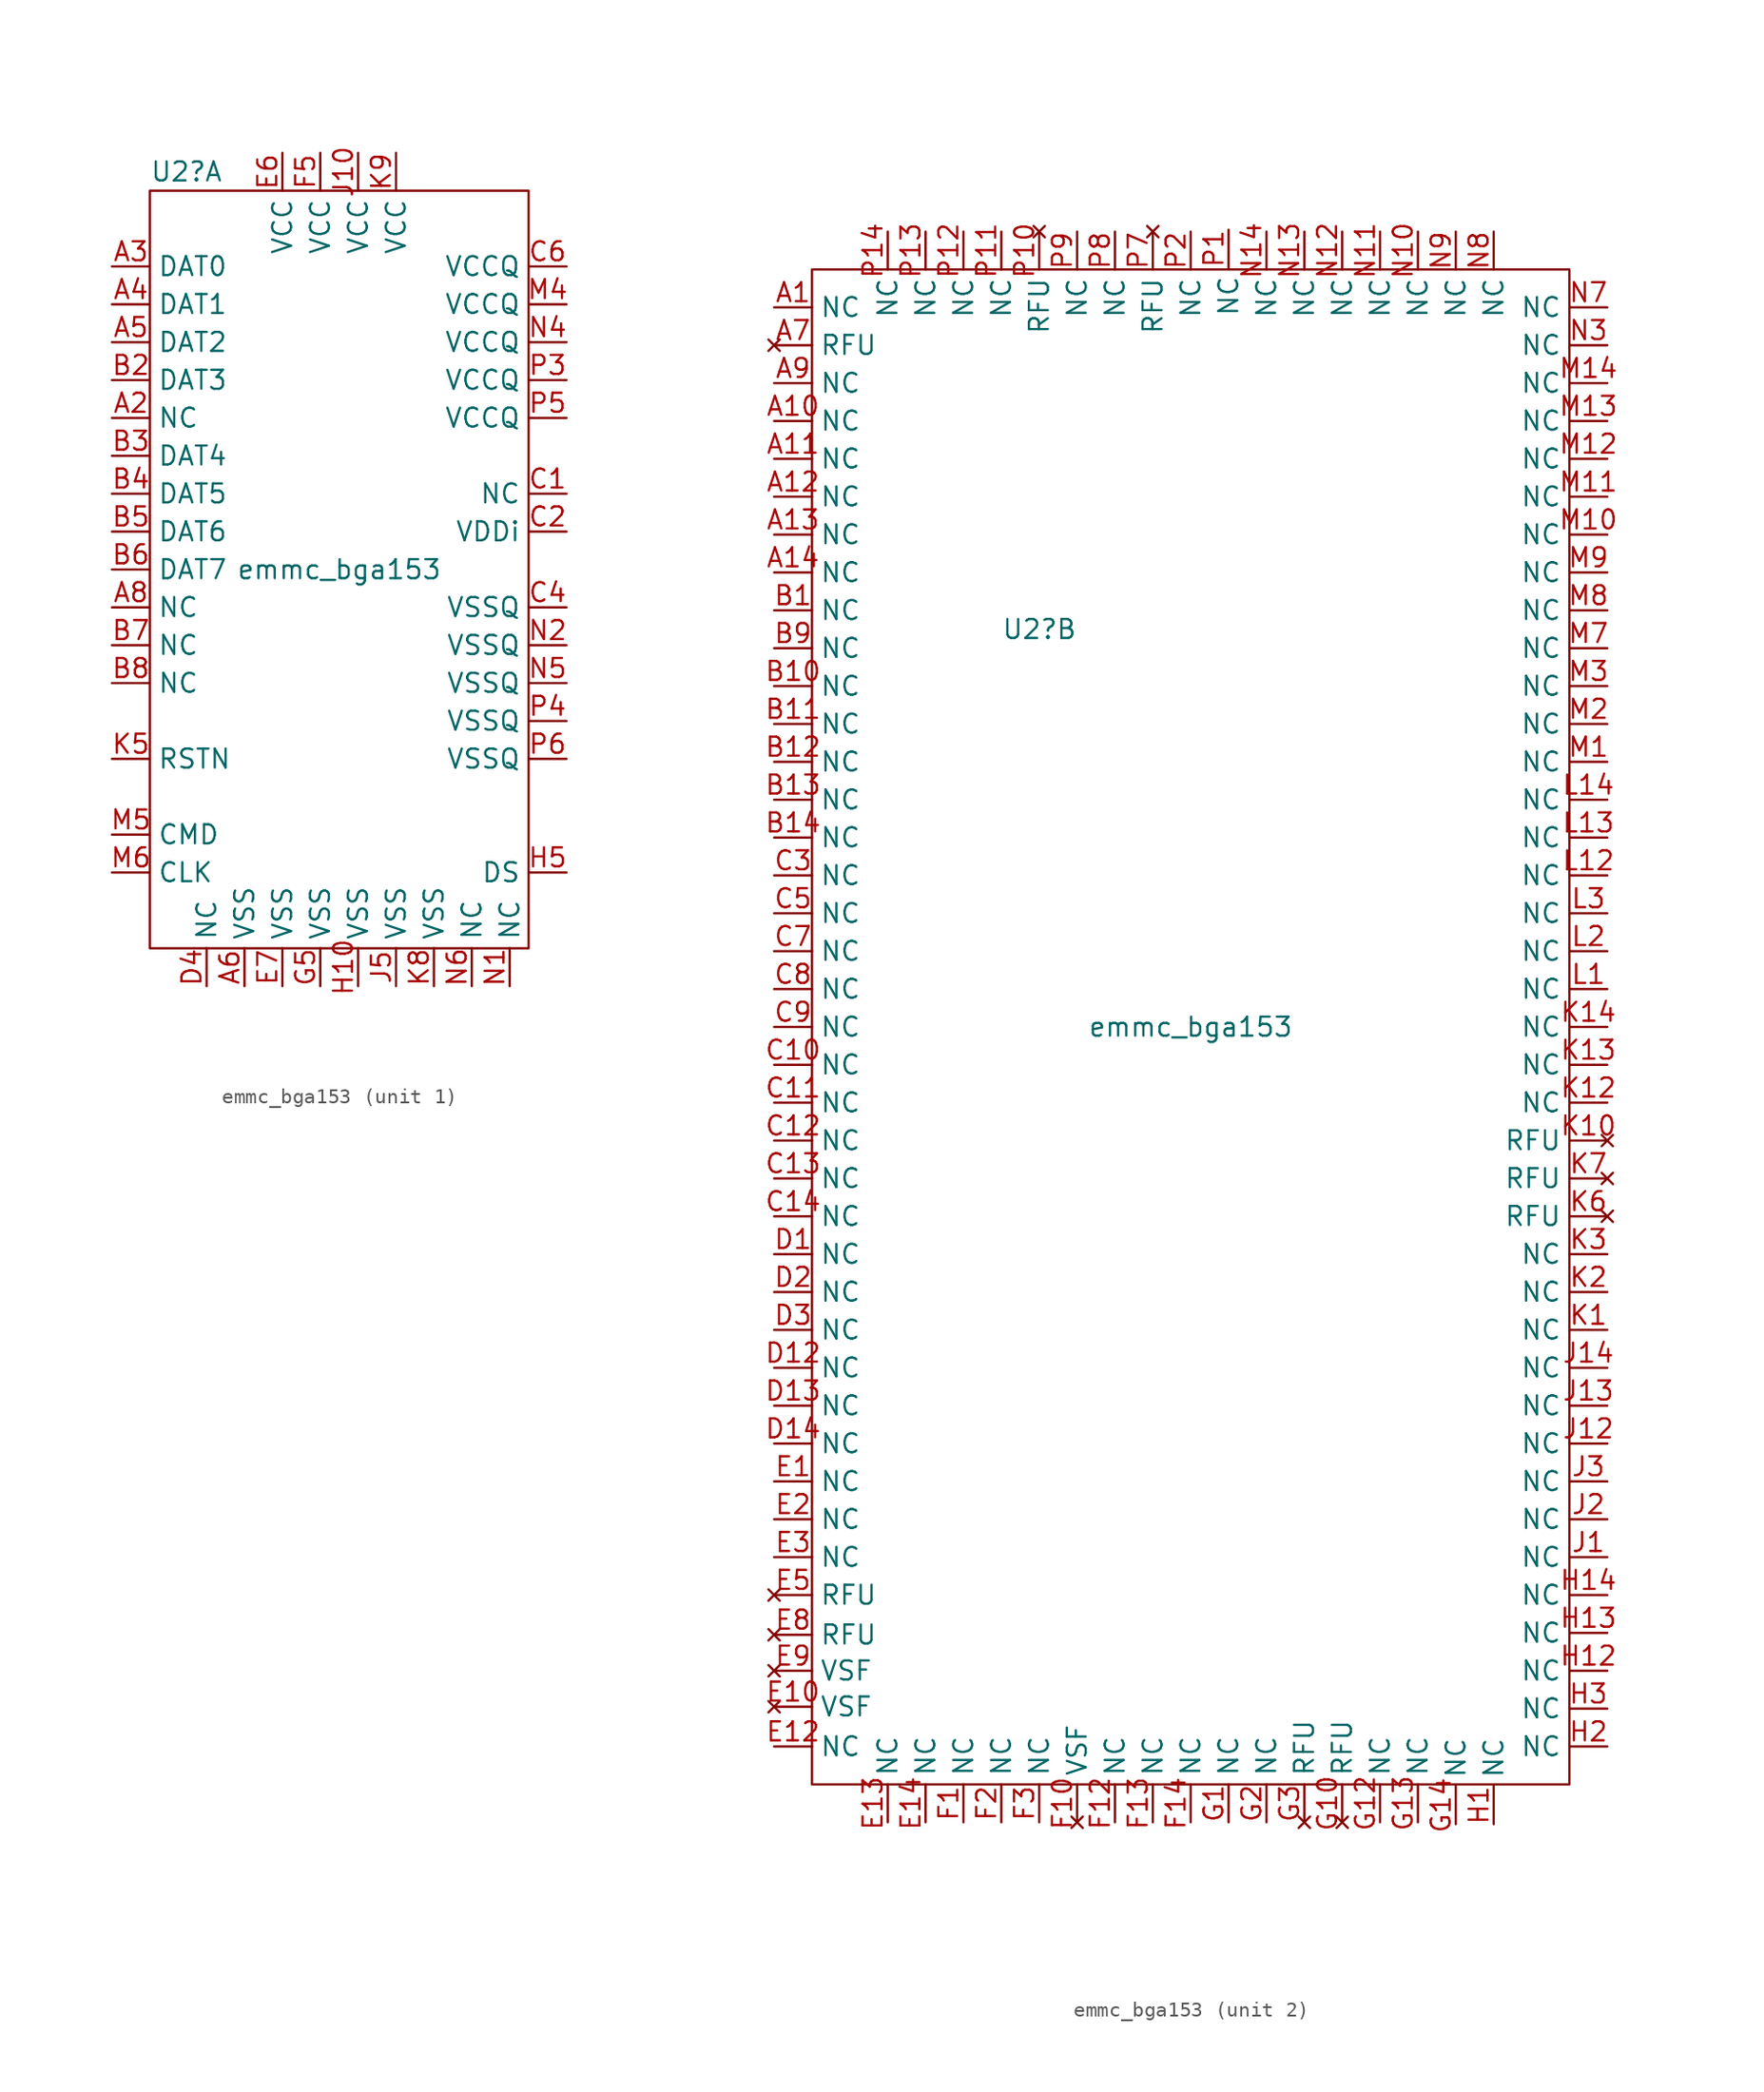
<source format=kicad_sym>
(kicad_symbol_lib
  (version 20211014)
  (generator kicad_symbol_editor)
  (symbol "emmc_bga153"
    (property "Reference" "U2"
      (at -12.7 26.67 0)
      (effects (font (size 1.27 1.27)) (justify left)))
    (property "Value" "emmc_bga153"
      (at 0 0 0)
      (effects (font (size 1.27 1.27))))
    (property "ki_locked" ""
      (at 0 0 0)
      (effects (font (size 1.27 1.27))))
    (symbol "emmc_bga153_1_0"
      (pin free line (at -15.24 10.16 0) (length 2.54) (name "NC" (effects (font (size 1.27 1.27)))) (number "A2" (effects (font (size 1.27 1.27)))))
      (pin bidirectional line (at -15.24 20.32 0) (length 2.54) (name "DAT0" (effects (font (size 1.27 1.27)))) (number "A3" (effects (font (size 1.27 1.27)))))
      (pin bidirectional line (at -15.24 17.78 0) (length 2.54) (name "DAT1" (effects (font (size 1.27 1.27)))) (number "A4" (effects (font (size 1.27 1.27)))))
      (pin bidirectional line (at -15.24 15.24 0) (length 2.54) (name "DAT2" (effects (font (size 1.27 1.27)))) (number "A5" (effects (font (size 1.27 1.27)))))
      (pin power_in line (at -6.35 -27.94 90) (length 2.54) (name "VSS" (effects (font (size 1.27 1.27)))) (number "A6" (effects (font (size 1.27 1.27)))))
      (pin free line (at -15.24 -2.54 0) (length 2.54) (name "NC" (effects (font (size 1.27 1.27)))) (number "A8" (effects (font (size 1.27 1.27)))))
      (pin bidirectional line (at -15.24 12.7 0) (length 2.54) (name "DAT3" (effects (font (size 1.27 1.27)))) (number "B2" (effects (font (size 1.27 1.27)))))
      (pin bidirectional line (at -15.24 7.62 0) (length 2.54) (name "DAT4" (effects (font (size 1.27 1.27)))) (number "B3" (effects (font (size 1.27 1.27)))))
      (pin bidirectional line (at -15.24 5.08 0) (length 2.54) (name "DAT5" (effects (font (size 1.27 1.27)))) (number "B4" (effects (font (size 1.27 1.27)))))
      (pin bidirectional line (at -15.24 2.54 0) (length 2.54) (name "DAT6" (effects (font (size 1.27 1.27)))) (number "B5" (effects (font (size 1.27 1.27)))))
      (pin bidirectional line (at -15.24 0 0) (length 2.54) (name "DAT7" (effects (font (size 1.27 1.27)))) (number "B6" (effects (font (size 1.27 1.27)))))
      (pin free line (at -15.24 -5.08 0) (length 2.54) (name "NC" (effects (font (size 1.27 1.27)))) (number "B7" (effects (font (size 1.27 1.27)))))
      (pin free line (at -15.24 -7.62 0) (length 2.54) (name "NC" (effects (font (size 1.27 1.27)))) (number "B8" (effects (font (size 1.27 1.27)))))
      (pin free line (at 15.24 5.08 180) (length 2.54) (name "NC" (effects (font (size 1.27 1.27)))) (number "C1" (effects (font (size 1.27 1.27)))))
      (pin power_out line (at 15.24 2.54 180) (length 2.54) (name "VDDi" (effects (font (size 1.27 1.27)))) (number "C2" (effects (font (size 1.27 1.27)))))
      (pin power_in line (at 15.24 -2.54 180) (length 2.54) (name "VSSQ" (effects (font (size 1.27 1.27)))) (number "C4" (effects (font (size 1.27 1.27)))))
      (pin power_in line (at 15.24 20.32 180) (length 2.54) (name "VCCQ" (effects (font (size 1.27 1.27)))) (number "C6" (effects (font (size 1.27 1.27)))))
      (pin free line (at -8.89 -27.94 90) (length 2.54) (name "NC" (effects (font (size 1.27 1.27)))) (number "D4" (effects (font (size 1.27 1.27)))))
      (pin power_in line (at -3.81 27.94 270) (length 2.54) (name "VCC" (effects (font (size 1.27 1.27)))) (number "E6" (effects (font (size 1.27 1.27)))))
      (pin power_in line (at -3.81 -27.94 90) (length 2.54) (name "VSS" (effects (font (size 1.27 1.27)))) (number "E7" (effects (font (size 1.27 1.27)))))
      (pin power_in line (at -1.27 27.94 270) (length 2.54) (name "VCC" (effects (font (size 1.27 1.27)))) (number "F5" (effects (font (size 1.27 1.27)))))
      (pin power_in line (at -1.27 -27.94 90) (length 2.54) (name "VSS" (effects (font (size 1.27 1.27)))) (number "G5" (effects (font (size 1.27 1.27)))))
      (pin power_in line (at 1.27 -27.94 90) (length 2.54) (name "VSS" (effects (font (size 1.27 1.27)))) (number "H10" (effects (font (size 1.27 1.27)))))
      (pin bidirectional line (at 15.24 -20.32 180) (length 2.54) (name "DS" (effects (font (size 1.27 1.27)))) (number "H5" (effects (font (size 1.27 1.27)))))
      (pin power_in line (at 1.27 27.94 270) (length 2.54) (name "VCC" (effects (font (size 1.27 1.27)))) (number "J10" (effects (font (size 1.27 1.27)))))
      (pin power_in line (at 3.81 -27.94 90) (length 2.54) (name "VSS" (effects (font (size 1.27 1.27)))) (number "J5" (effects (font (size 1.27 1.27)))))
      (pin bidirectional line (at -15.24 -12.7 0) (length 2.54) (name "RSTN" (effects (font (size 1.27 1.27)))) (number "K5" (effects (font (size 1.27 1.27)))))
      (pin power_in line (at 6.35 -27.94 90) (length 2.54) (name "VSS" (effects (font (size 1.27 1.27)))) (number "K8" (effects (font (size 1.27 1.27)))))
      (pin power_in line (at 3.81 27.94 270) (length 2.54) (name "VCC" (effects (font (size 1.27 1.27)))) (number "K9" (effects (font (size 1.27 1.27)))))
      (pin power_in line (at 15.24 17.78 180) (length 2.54) (name "VCCQ" (effects (font (size 1.27 1.27)))) (number "M4" (effects (font (size 1.27 1.27)))))
      (pin bidirectional line (at -15.24 -17.78 0) (length 2.54) (name "CMD" (effects (font (size 1.27 1.27)))) (number "M5" (effects (font (size 1.27 1.27)))))
      (pin bidirectional line (at -15.24 -20.32 0) (length 2.54) (name "CLK" (effects (font (size 1.27 1.27)))) (number "M6" (effects (font (size 1.27 1.27)))))
      (pin free line (at 11.43 -27.94 90) (length 2.54) (name "NC" (effects (font (size 1.27 1.27)))) (number "N1" (effects (font (size 1.27 1.27)))))
      (pin power_in line (at 15.24 -5.08 180) (length 2.54) (name "VSSQ" (effects (font (size 1.27 1.27)))) (number "N2" (effects (font (size 1.27 1.27)))))
      (pin power_in line (at 15.24 15.24 180) (length 2.54) (name "VCCQ" (effects (font (size 1.27 1.27)))) (number "N4" (effects (font (size 1.27 1.27)))))
      (pin power_in line (at 15.24 -7.62 180) (length 2.54) (name "VSSQ" (effects (font (size 1.27 1.27)))) (number "N5" (effects (font (size 1.27 1.27)))))
      (pin free line (at 8.89 -27.94 90) (length 2.54) (name "NC" (effects (font (size 1.27 1.27)))) (number "N6" (effects (font (size 1.27 1.27)))))
      (pin power_in line (at 15.24 12.7 180) (length 2.54) (name "VCCQ" (effects (font (size 1.27 1.27)))) (number "P3" (effects (font (size 1.27 1.27)))))
      (pin power_in line (at 15.24 -10.16 180) (length 2.54) (name "VSSQ" (effects (font (size 1.27 1.27)))) (number "P4" (effects (font (size 1.27 1.27)))))
      (pin power_in line (at 15.24 10.16 180) (length 2.54) (name "VCCQ" (effects (font (size 1.27 1.27)))) (number "P5" (effects (font (size 1.27 1.27)))))
      (pin power_in line (at 15.24 -12.7 180) (length 2.54) (name "VSSQ" (effects (font (size 1.27 1.27)))) (number "P6" (effects (font (size 1.27 1.27))))))
    (symbol "emmc_bga153_1_1"
      (rectangle (start -12.7 25.4) (end 12.7 -25.4) (stroke (width 0.152) (type default) (color 0 0 0 0)) (fill (type none))))
    (symbol "emmc_bga153_2_0"
      (pin free line (at -27.94 48.26 0) (length 2.54) (name "NC" (effects (font (size 1.27 1.27)))) (number "A1" (effects (font (size 1.27 1.27)))))
      (pin free line (at -27.94 40.64 0) (length 2.54) (name "NC" (effects (font (size 1.27 1.27)))) (number "A10" (effects (font (size 1.27 1.27)))))
      (pin free line (at -27.94 38.1 0) (length 2.54) (name "NC" (effects (font (size 1.27 1.27)))) (number "A11" (effects (font (size 1.27 1.27)))))
      (pin free line (at -27.94 35.56 0) (length 2.54) (name "NC" (effects (font (size 1.27 1.27)))) (number "A12" (effects (font (size 1.27 1.27)))))
      (pin free line (at -27.94 33.02 0) (length 2.54) (name "NC" (effects (font (size 1.27 1.27)))) (number "A13" (effects (font (size 1.27 1.27)))))
      (pin free line (at -27.94 30.48 0) (length 2.54) (name "NC" (effects (font (size 1.27 1.27)))) (number "A14" (effects (font (size 1.27 1.27)))))
      (pin no_connect line (at -27.94 45.72 0) (length 2.54) (name "RFU" (effects (font (size 1.27 1.27)))) (number "A7" (effects (font (size 1.27 1.27)))))
      (pin free line (at -27.94 43.18 0) (length 2.54) (name "NC" (effects (font (size 1.27 1.27)))) (number "A9" (effects (font (size 1.27 1.27)))))
      (pin free line (at -27.94 27.94 0) (length 2.54) (name "NC" (effects (font (size 1.27 1.27)))) (number "B1" (effects (font (size 1.27 1.27)))))
      (pin free line (at -27.94 22.86 0) (length 2.54) (name "NC" (effects (font (size 1.27 1.27)))) (number "B10" (effects (font (size 1.27 1.27)))))
      (pin free line (at -27.94 20.32 0) (length 2.54) (name "NC" (effects (font (size 1.27 1.27)))) (number "B11" (effects (font (size 1.27 1.27)))))
      (pin free line (at -27.94 17.78 0) (length 2.54) (name "NC" (effects (font (size 1.27 1.27)))) (number "B12" (effects (font (size 1.27 1.27)))))
      (pin free line (at -27.94 15.24 0) (length 2.54) (name "NC" (effects (font (size 1.27 1.27)))) (number "B13" (effects (font (size 1.27 1.27)))))
      (pin free line (at -27.94 12.7 0) (length 2.54) (name "NC" (effects (font (size 1.27 1.27)))) (number "B14" (effects (font (size 1.27 1.27)))))
      (pin free line (at -27.94 25.4 0) (length 2.54) (name "NC" (effects (font (size 1.27 1.27)))) (number "B9" (effects (font (size 1.27 1.27)))))
      (pin free line (at -27.94 -2.54 0) (length 2.54) (name "NC" (effects (font (size 1.27 1.27)))) (number "C10" (effects (font (size 1.27 1.27)))))
      (pin free line (at -27.94 -5.08 0) (length 2.54) (name "NC" (effects (font (size 1.27 1.27)))) (number "C11" (effects (font (size 1.27 1.27)))))
      (pin free line (at -27.94 -7.62 0) (length 2.54) (name "NC" (effects (font (size 1.27 1.27)))) (number "C12" (effects (font (size 1.27 1.27)))))
      (pin free line (at -27.94 -10.16 0) (length 2.54) (name "NC" (effects (font (size 1.27 1.27)))) (number "C13" (effects (font (size 1.27 1.27)))))
      (pin free line (at -27.94 -12.7 0) (length 2.54) (name "NC" (effects (font (size 1.27 1.27)))) (number "C14" (effects (font (size 1.27 1.27)))))
      (pin free line (at -27.94 10.16 0) (length 2.54) (name "NC" (effects (font (size 1.27 1.27)))) (number "C3" (effects (font (size 1.27 1.27)))))
      (pin free line (at -27.94 7.62 0) (length 2.54) (name "NC" (effects (font (size 1.27 1.27)))) (number "C5" (effects (font (size 1.27 1.27)))))
      (pin free line (at -27.94 5.08 0) (length 2.54) (name "NC" (effects (font (size 1.27 1.27)))) (number "C7" (effects (font (size 1.27 1.27)))))
      (pin free line (at -27.94 2.54 0) (length 2.54) (name "NC" (effects (font (size 1.27 1.27)))) (number "C8" (effects (font (size 1.27 1.27)))))
      (pin free line (at -27.94 0 0) (length 2.54) (name "NC" (effects (font (size 1.27 1.27)))) (number "C9" (effects (font (size 1.27 1.27)))))
      (pin free line (at -27.94 -15.24 0) (length 2.54) (name "NC" (effects (font (size 1.27 1.27)))) (number "D1" (effects (font (size 1.27 1.27)))))
      (pin free line (at -27.94 -22.86 0) (length 2.54) (name "NC" (effects (font (size 1.27 1.27)))) (number "D12" (effects (font (size 1.27 1.27)))))
      (pin free line (at -27.94 -25.4 0) (length 2.54) (name "NC" (effects (font (size 1.27 1.27)))) (number "D13" (effects (font (size 1.27 1.27)))))
      (pin free line (at -27.94 -27.94 0) (length 2.54) (name "NC" (effects (font (size 1.27 1.27)))) (number "D14" (effects (font (size 1.27 1.27)))))
      (pin free line (at -27.94 -17.78 0) (length 2.54) (name "NC" (effects (font (size 1.27 1.27)))) (number "D2" (effects (font (size 1.27 1.27)))))
      (pin free line (at -27.94 -20.32 0) (length 2.54) (name "NC" (effects (font (size 1.27 1.27)))) (number "D3" (effects (font (size 1.27 1.27)))))
      (pin free line (at -27.94 -30.48 0) (length 2.54) (name "NC" (effects (font (size 1.27 1.27)))) (number "E1" (effects (font (size 1.27 1.27)))))
      (pin no_connect line (at -27.94 -45.593 0) (length 2.54) (name "VSF" (effects (font (size 1.27 1.27)))) (number "E10" (effects (font (size 1.27 1.27)))))
      (pin free line (at -27.94 -48.26 0) (length 2.54) (name "NC" (effects (font (size 1.27 1.27)))) (number "E12" (effects (font (size 1.27 1.27)))))
      (pin free line (at -20.32 -53.34 90) (length 2.54) (name "NC" (effects (font (size 1.27 1.27)))) (number "E13" (effects (font (size 1.27 1.27)))))
      (pin free line (at -17.78 -53.34 90) (length 2.54) (name "NC" (effects (font (size 1.27 1.27)))) (number "E14" (effects (font (size 1.27 1.27)))))
      (pin free line (at -27.94 -33.02 0) (length 2.54) (name "NC" (effects (font (size 1.27 1.27)))) (number "E2" (effects (font (size 1.27 1.27)))))
      (pin free line (at -27.94 -35.56 0) (length 2.54) (name "NC" (effects (font (size 1.27 1.27)))) (number "E3" (effects (font (size 1.27 1.27)))))
      (pin no_connect line (at -27.94 -38.1 0) (length 2.54) (name "RFU" (effects (font (size 1.27 1.27)))) (number "E5" (effects (font (size 1.27 1.27)))))
      (pin no_connect line (at -27.94 -40.767 0) (length 2.54) (name "RFU" (effects (font (size 1.27 1.27)))) (number "E8" (effects (font (size 1.27 1.27)))))
      (pin no_connect line (at -27.94 -43.18 0) (length 2.54) (name "VSF" (effects (font (size 1.27 1.27)))) (number "E9" (effects (font (size 1.27 1.27)))))
      (pin free line (at -15.24 -53.34 90) (length 2.54) (name "NC" (effects (font (size 1.27 1.27)))) (number "F1" (effects (font (size 1.27 1.27)))))
      (pin no_connect line (at -7.62 -53.34 90) (length 2.54) (name "VSF" (effects (font (size 1.27 1.27)))) (number "F10" (effects (font (size 1.27 1.27)))))
      (pin free line (at -5.08 -53.34 90) (length 2.54) (name "NC" (effects (font (size 1.27 1.27)))) (number "F12" (effects (font (size 1.27 1.27)))))
      (pin free line (at -2.54 -53.34 90) (length 2.54) (name "NC" (effects (font (size 1.27 1.27)))) (number "F13" (effects (font (size 1.27 1.27)))))
      (pin free line (at 0 -53.34 90) (length 2.54) (name "NC" (effects (font (size 1.27 1.27)))) (number "F14" (effects (font (size 1.27 1.27)))))
      (pin free line (at -12.7 -53.34 90) (length 2.54) (name "NC" (effects (font (size 1.27 1.27)))) (number "F2" (effects (font (size 1.27 1.27)))))
      (pin free line (at -10.16 -53.34 90) (length 2.54) (name "NC" (effects (font (size 1.27 1.27)))) (number "F3" (effects (font (size 1.27 1.27)))))
      (pin free line (at 2.54 -53.34 90) (length 2.54) (name "NC" (effects (font (size 1.27 1.27)))) (number "G1" (effects (font (size 1.27 1.27)))))
      (pin no_connect line (at 10.16 -53.34 90) (length 2.54) (name "RFU" (effects (font (size 1.27 1.27)))) (number "G10" (effects (font (size 1.27 1.27)))))
      (pin free line (at 12.7 -53.34 90) (length 2.54) (name "NC" (effects (font (size 1.27 1.27)))) (number "G12" (effects (font (size 1.27 1.27)))))
      (pin free line (at 15.24 -53.34 90) (length 2.54) (name "NC" (effects (font (size 1.27 1.27)))) (number "G13" (effects (font (size 1.27 1.27)))))
      (pin free line (at 17.78 -53.467 90) (length 2.54) (name "NC" (effects (font (size 1.27 1.27)))) (number "G14" (effects (font (size 1.27 1.27)))))
      (pin free line (at 5.08 -53.34 90) (length 2.54) (name "NC" (effects (font (size 1.27 1.27)))) (number "G2" (effects (font (size 1.27 1.27)))))
      (pin no_connect line (at 7.62 -53.34 90) (length 2.54) (name "RFU" (effects (font (size 1.27 1.27)))) (number "G3" (effects (font (size 1.27 1.27)))))
      (pin free line (at 20.32 -53.467 90) (length 2.54) (name "NC" (effects (font (size 1.27 1.27)))) (number "H1" (effects (font (size 1.27 1.27)))))
      (pin free line (at 27.94 -43.18 180) (length 2.54) (name "NC" (effects (font (size 1.27 1.27)))) (number "H12" (effects (font (size 1.27 1.27)))))
      (pin free line (at 27.94 -40.64 180) (length 2.54) (name "NC" (effects (font (size 1.27 1.27)))) (number "H13" (effects (font (size 1.27 1.27)))))
      (pin free line (at 27.94 -38.1 180) (length 2.54) (name "NC" (effects (font (size 1.27 1.27)))) (number "H14" (effects (font (size 1.27 1.27)))))
      (pin free line (at 27.94 -48.26 180) (length 2.54) (name "NC" (effects (font (size 1.27 1.27)))) (number "H2" (effects (font (size 1.27 1.27)))))
      (pin free line (at 27.94 -45.72 180) (length 2.54) (name "NC" (effects (font (size 1.27 1.27)))) (number "H3" (effects (font (size 1.27 1.27)))))
      (pin free line (at 27.94 -35.56 180) (length 2.54) (name "NC" (effects (font (size 1.27 1.27)))) (number "J1" (effects (font (size 1.27 1.27)))))
      (pin free line (at 27.94 -27.94 180) (length 2.54) (name "NC" (effects (font (size 1.27 1.27)))) (number "J12" (effects (font (size 1.27 1.27)))))
      (pin free line (at 27.94 -25.4 180) (length 2.54) (name "NC" (effects (font (size 1.27 1.27)))) (number "J13" (effects (font (size 1.27 1.27)))))
      (pin free line (at 27.94 -22.86 180) (length 2.54) (name "NC" (effects (font (size 1.27 1.27)))) (number "J14" (effects (font (size 1.27 1.27)))))
      (pin free line (at 27.94 -33.02 180) (length 2.54) (name "NC" (effects (font (size 1.27 1.27)))) (number "J2" (effects (font (size 1.27 1.27)))))
      (pin free line (at 27.94 -30.48 180) (length 2.54) (name "NC" (effects (font (size 1.27 1.27)))) (number "J3" (effects (font (size 1.27 1.27)))))
      (pin free line (at 27.94 -20.32 180) (length 2.54) (name "NC" (effects (font (size 1.27 1.27)))) (number "K1" (effects (font (size 1.27 1.27)))))
      (pin no_connect line (at 27.94 -7.62 180) (length 2.54) (name "RFU" (effects (font (size 1.27 1.27)))) (number "K10" (effects (font (size 1.27 1.27)))))
      (pin free line (at 27.94 -5.08 180) (length 2.54) (name "NC" (effects (font (size 1.27 1.27)))) (number "K12" (effects (font (size 1.27 1.27)))))
      (pin free line (at 27.94 -2.54 180) (length 2.54) (name "NC" (effects (font (size 1.27 1.27)))) (number "K13" (effects (font (size 1.27 1.27)))))
      (pin free line (at 27.94 0 180) (length 2.54) (name "NC" (effects (font (size 1.27 1.27)))) (number "K14" (effects (font (size 1.27 1.27)))))
      (pin free line (at 27.94 -17.78 180) (length 2.54) (name "NC" (effects (font (size 1.27 1.27)))) (number "K2" (effects (font (size 1.27 1.27)))))
      (pin free line (at 27.94 -15.24 180) (length 2.54) (name "NC" (effects (font (size 1.27 1.27)))) (number "K3" (effects (font (size 1.27 1.27)))))
      (pin no_connect line (at 27.94 -12.7 180) (length 2.54) (name "RFU" (effects (font (size 1.27 1.27)))) (number "K6" (effects (font (size 1.27 1.27)))))
      (pin no_connect line (at 27.94 -10.16 180) (length 2.54) (name "RFU" (effects (font (size 1.27 1.27)))) (number "K7" (effects (font (size 1.27 1.27)))))
      (pin free line (at 27.94 2.54 180) (length 2.54) (name "NC" (effects (font (size 1.27 1.27)))) (number "L1" (effects (font (size 1.27 1.27)))))
      (pin free line (at 27.94 10.16 180) (length 2.54) (name "NC" (effects (font (size 1.27 1.27)))) (number "L12" (effects (font (size 1.27 1.27)))))
      (pin free line (at 27.94 12.7 180) (length 2.54) (name "NC" (effects (font (size 1.27 1.27)))) (number "L13" (effects (font (size 1.27 1.27)))))
      (pin free line (at 27.94 15.24 180) (length 2.54) (name "NC" (effects (font (size 1.27 1.27)))) (number "L14" (effects (font (size 1.27 1.27)))))
      (pin free line (at 27.94 5.08 180) (length 2.54) (name "NC" (effects (font (size 1.27 1.27)))) (number "L2" (effects (font (size 1.27 1.27)))))
      (pin free line (at 27.94 7.62 180) (length 2.54) (name "NC" (effects (font (size 1.27 1.27)))) (number "L3" (effects (font (size 1.27 1.27)))))
      (pin free line (at 27.94 17.78 180) (length 2.54) (name "NC" (effects (font (size 1.27 1.27)))) (number "M1" (effects (font (size 1.27 1.27)))))
      (pin free line (at 27.94 33.02 180) (length 2.54) (name "NC" (effects (font (size 1.27 1.27)))) (number "M10" (effects (font (size 1.27 1.27)))))
      (pin free line (at 27.94 35.56 180) (length 2.54) (name "NC" (effects (font (size 1.27 1.27)))) (number "M11" (effects (font (size 1.27 1.27)))))
      (pin free line (at 27.94 38.1 180) (length 2.54) (name "NC" (effects (font (size 1.27 1.27)))) (number "M12" (effects (font (size 1.27 1.27)))))
      (pin free line (at 27.94 40.64 180) (length 2.54) (name "NC" (effects (font (size 1.27 1.27)))) (number "M13" (effects (font (size 1.27 1.27)))))
      (pin free line (at 27.94 43.18 180) (length 2.54) (name "NC" (effects (font (size 1.27 1.27)))) (number "M14" (effects (font (size 1.27 1.27)))))
      (pin free line (at 27.94 20.32 180) (length 2.54) (name "NC" (effects (font (size 1.27 1.27)))) (number "M2" (effects (font (size 1.27 1.27)))))
      (pin free line (at 27.94 22.86 180) (length 2.54) (name "NC" (effects (font (size 1.27 1.27)))) (number "M3" (effects (font (size 1.27 1.27)))))
      (pin free line (at 27.94 25.4 180) (length 2.54) (name "NC" (effects (font (size 1.27 1.27)))) (number "M7" (effects (font (size 1.27 1.27)))))
      (pin free line (at 27.94 27.94 180) (length 2.54) (name "NC" (effects (font (size 1.27 1.27)))) (number "M8" (effects (font (size 1.27 1.27)))))
      (pin free line (at 27.94 30.48 180) (length 2.54) (name "NC" (effects (font (size 1.27 1.27)))) (number "M9" (effects (font (size 1.27 1.27)))))
      (pin free line (at 15.24 53.34 270) (length 2.54) (name "NC" (effects (font (size 1.27 1.27)))) (number "N10" (effects (font (size 1.27 1.27)))))
      (pin free line (at 12.7 53.34 270) (length 2.54) (name "NC" (effects (font (size 1.27 1.27)))) (number "N11" (effects (font (size 1.27 1.27)))))
      (pin free line (at 10.16 53.34 270) (length 2.54) (name "NC" (effects (font (size 1.27 1.27)))) (number "N12" (effects (font (size 1.27 1.27)))))
      (pin free line (at 7.62 53.34 270) (length 2.54) (name "NC" (effects (font (size 1.27 1.27)))) (number "N13" (effects (font (size 1.27 1.27)))))
      (pin free line (at 5.08 53.34 270) (length 2.54) (name "NC" (effects (font (size 1.27 1.27)))) (number "N14" (effects (font (size 1.27 1.27)))))
      (pin free line (at 27.94 45.72 180) (length 2.54) (name "NC" (effects (font (size 1.27 1.27)))) (number "N3" (effects (font (size 1.27 1.27)))))
      (pin free line (at 27.94 48.26 180) (length 2.54) (name "NC" (effects (font (size 1.27 1.27)))) (number "N7" (effects (font (size 1.27 1.27)))))
      (pin free line (at 20.32 53.34 270) (length 2.54) (name "NC" (effects (font (size 1.27 1.27)))) (number "N8" (effects (font (size 1.27 1.27)))))
      (pin free line (at 17.78 53.34 270) (length 2.54) (name "NC" (effects (font (size 1.27 1.27)))) (number "N9" (effects (font (size 1.27 1.27)))))
      (pin free line (at 2.54 53.467 270) (length 2.54) (name "NC" (effects (font (size 1.27 1.27)))) (number "P1" (effects (font (size 1.27 1.27)))))
      (pin no_connect line (at -10.16 53.34 270) (length 2.54) (name "RFU" (effects (font (size 1.27 1.27)))) (number "P10" (effects (font (size 1.27 1.27)))))
      (pin free line (at -12.7 53.34 270) (length 2.54) (name "NC" (effects (font (size 1.27 1.27)))) (number "P11" (effects (font (size 1.27 1.27)))))
      (pin free line (at -15.24 53.34 270) (length 2.54) (name "NC" (effects (font (size 1.27 1.27)))) (number "P12" (effects (font (size 1.27 1.27)))))
      (pin free line (at -17.78 53.34 270) (length 2.54) (name "NC" (effects (font (size 1.27 1.27)))) (number "P13" (effects (font (size 1.27 1.27)))))
      (pin free line (at -20.32 53.34 270) (length 2.54) (name "NC" (effects (font (size 1.27 1.27)))) (number "P14" (effects (font (size 1.27 1.27)))))
      (pin free line (at 0 53.34 270) (length 2.54) (name "NC" (effects (font (size 1.27 1.27)))) (number "P2" (effects (font (size 1.27 1.27)))))
      (pin no_connect line (at -2.54 53.34 270) (length 2.54) (name "RFU" (effects (font (size 1.27 1.27)))) (number "P7" (effects (font (size 1.27 1.27)))))
      (pin free line (at -5.08 53.34 270) (length 2.54) (name "NC" (effects (font (size 1.27 1.27)))) (number "P8" (effects (font (size 1.27 1.27)))))
      (pin free line (at -7.62 53.34 270) (length 2.54) (name "NC" (effects (font (size 1.27 1.27)))) (number "P9" (effects (font (size 1.27 1.27))))))
    (symbol "emmc_bga153_2_1"
      (rectangle (start -25.4 50.8) (end 25.4 -50.8) (stroke (width 0.152) (type default) (color 0 0 0 0)) (fill (type none))))))
</source>
